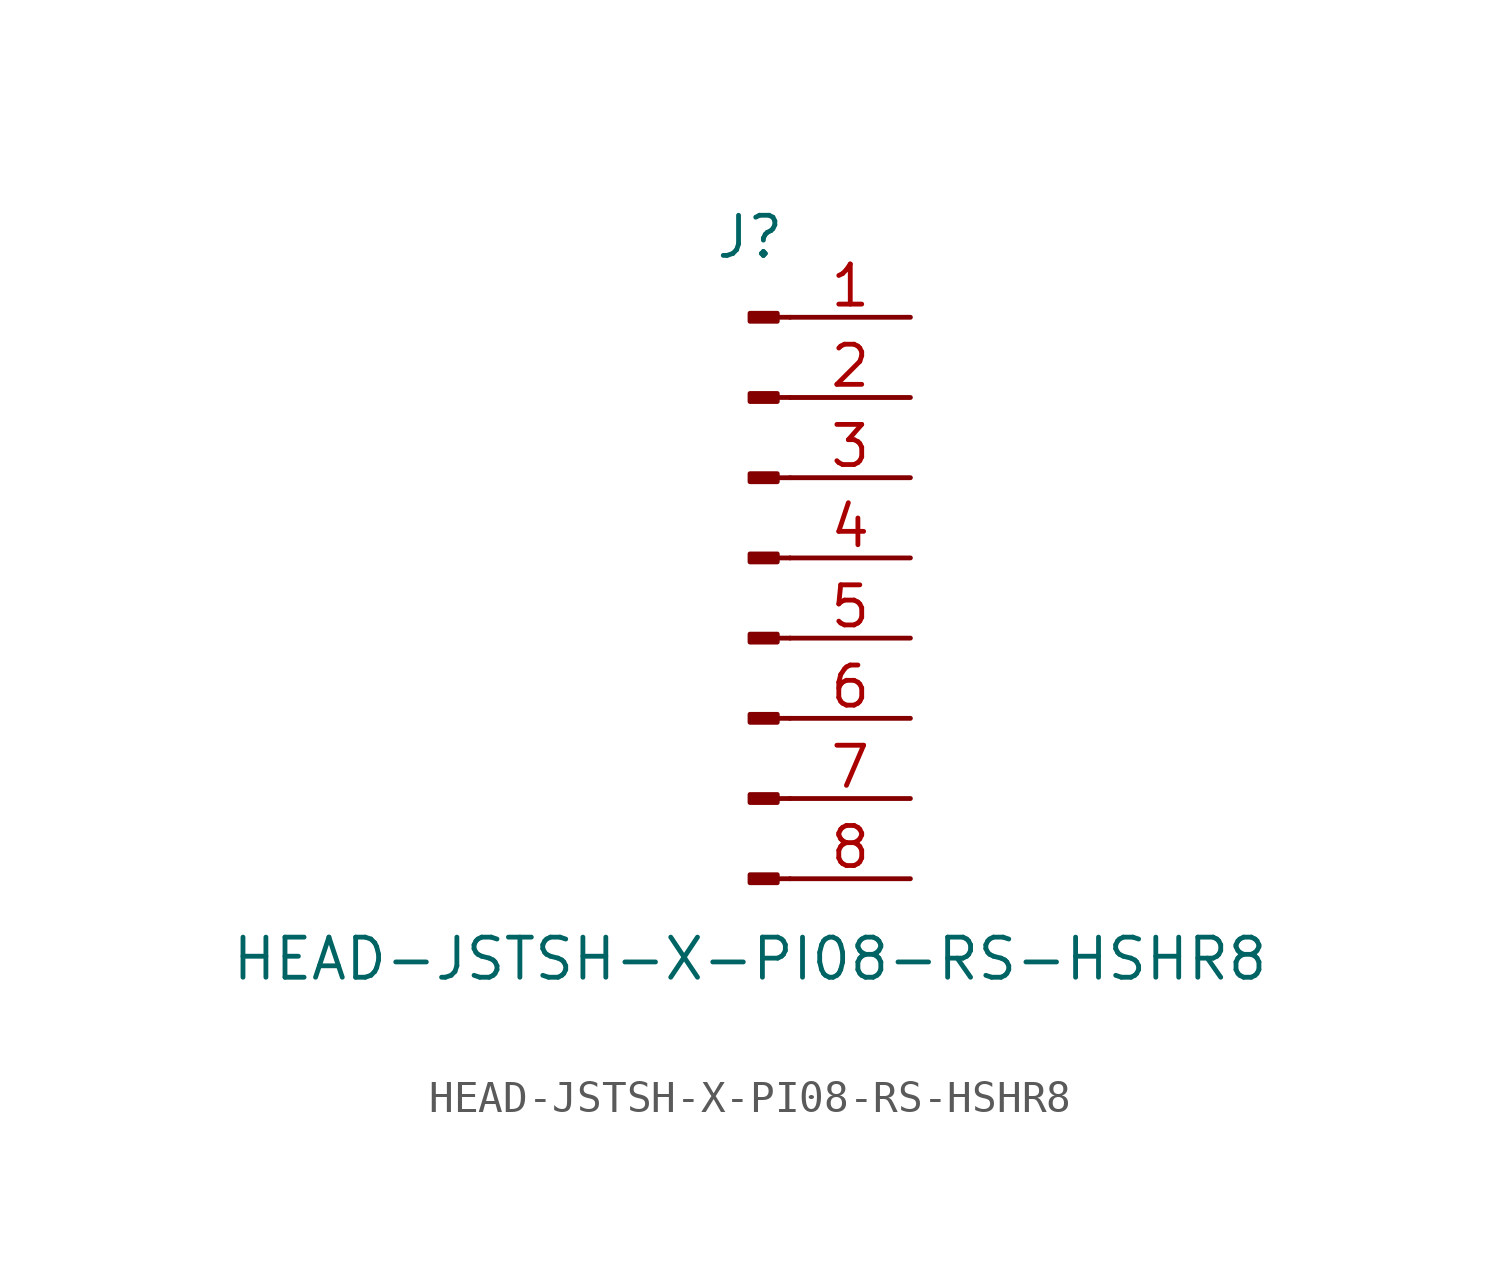
<source format=kicad_sym>
(kicad_symbol_lib
  (version 20211014)
  (generator kicad_symbol_editor)
  (symbol "HEAD-JSTSH-X-PI08-RS-HSHR8"
    (pin_names
      (offset 1.016) hide)
    (property "Reference" "J"
      (at 0 10.16 0)
      (effects (font (size 1.27 1.27))))
    (property "Value" "HEAD-JSTSH-X-PI08-RS-HSHR8"
      (at 0 -12.7 0)
      (effects (font (size 1.27 1.27))))
    (symbol "HEAD-JSTSH-X-PI08-RS-HSHR8_1_1"
      (polyline (pts (xy 1.27 -10.16) (xy 0.864 -10.16)) (stroke (width 0.152) (type default) (color 0 0 0 0)) (fill (type none)))
      (polyline (pts (xy 1.27 -7.62) (xy 0.864 -7.62)) (stroke (width 0.152) (type default) (color 0 0 0 0)) (fill (type none)))
      (polyline (pts (xy 1.27 -5.08) (xy 0.864 -5.08)) (stroke (width 0.152) (type default) (color 0 0 0 0)) (fill (type none)))
      (polyline (pts (xy 1.27 -2.54) (xy 0.864 -2.54)) (stroke (width 0.152) (type default) (color 0 0 0 0)) (fill (type none)))
      (polyline (pts (xy 1.27 0) (xy 0.864 0)) (stroke (width 0.152) (type default) (color 0 0 0 0)) (fill (type none)))
      (polyline (pts (xy 1.27 2.54) (xy 0.864 2.54)) (stroke (width 0.152) (type default) (color 0 0 0 0)) (fill (type none)))
      (polyline (pts (xy 1.27 5.08) (xy 0.864 5.08)) (stroke (width 0.152) (type default) (color 0 0 0 0)) (fill (type none)))
      (polyline (pts (xy 1.27 7.62) (xy 0.864 7.62)) (stroke (width 0.152) (type default) (color 0 0 0 0)) (fill (type none)))
      (rectangle (start 0.864 -10.033) (end 0 -10.287) (stroke (width 0.152) (type default) (color 0 0 0 0)) (fill (type outline)))
      (rectangle (start 0.864 -7.493) (end 0 -7.747) (stroke (width 0.152) (type default) (color 0 0 0 0)) (fill (type outline)))
      (rectangle (start 0.864 -4.953) (end 0 -5.207) (stroke (width 0.152) (type default) (color 0 0 0 0)) (fill (type outline)))
      (rectangle (start 0.864 -2.413) (end 0 -2.667) (stroke (width 0.152) (type default) (color 0 0 0 0)) (fill (type outline)))
      (rectangle (start 0.864 0.127) (end 0 -0.127) (stroke (width 0.152) (type default) (color 0 0 0 0)) (fill (type outline)))
      (rectangle (start 0.864 2.667) (end 0 2.413) (stroke (width 0.152) (type default) (color 0 0 0 0)) (fill (type outline)))
      (rectangle (start 0.864 5.207) (end 0 4.953) (stroke (width 0.152) (type default) (color 0 0 0 0)) (fill (type outline)))
      (rectangle (start 0.864 7.747) (end 0 7.493) (stroke (width 0.152) (type default) (color 0 0 0 0)) (fill (type outline)))
      (pin passive line (at 5.08 7.62 180) (length 3.81) (name "Pin_1" (effects (font (size 1.27 1.27)))) (number "1" (effects (font (size 1.27 1.27)))))
      (pin passive line (at 5.08 5.08 180) (length 3.81) (name "Pin_2" (effects (font (size 1.27 1.27)))) (number "2" (effects (font (size 1.27 1.27)))))
      (pin passive line (at 5.08 2.54 180) (length 3.81) (name "Pin_3" (effects (font (size 1.27 1.27)))) (number "3" (effects (font (size 1.27 1.27)))))
      (pin passive line (at 5.08 0 180) (length 3.81) (name "Pin_4" (effects (font (size 1.27 1.27)))) (number "4" (effects (font (size 1.27 1.27)))))
      (pin passive line (at 5.08 -2.54 180) (length 3.81) (name "Pin_5" (effects (font (size 1.27 1.27)))) (number "5" (effects (font (size 1.27 1.27)))))
      (pin passive line (at 5.08 -5.08 180) (length 3.81) (name "Pin_6" (effects (font (size 1.27 1.27)))) (number "6" (effects (font (size 1.27 1.27)))))
      (pin passive line (at 5.08 -7.62 180) (length 3.81) (name "Pin_7" (effects (font (size 1.27 1.27)))) (number "7" (effects (font (size 1.27 1.27)))))
      (pin passive line (at 5.08 -10.16 180) (length 3.81) (name "Pin_8" (effects (font (size 1.27 1.27)))) (number "8" (effects (font (size 1.27 1.27))))))))
</source>
